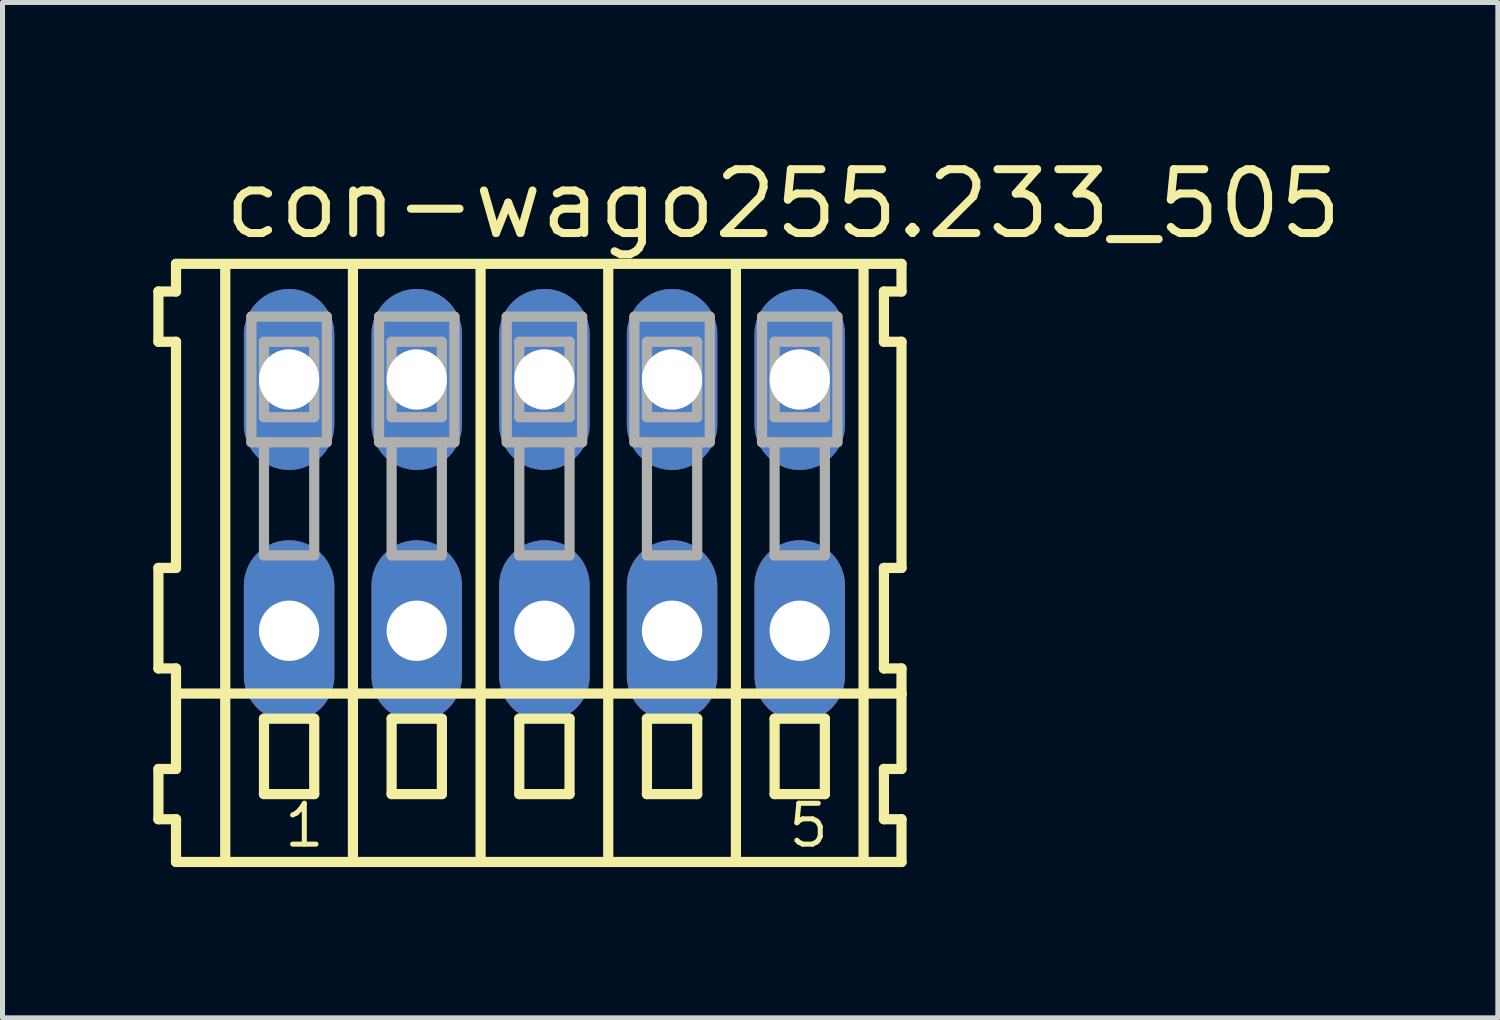
<source format=kicad_pcb>
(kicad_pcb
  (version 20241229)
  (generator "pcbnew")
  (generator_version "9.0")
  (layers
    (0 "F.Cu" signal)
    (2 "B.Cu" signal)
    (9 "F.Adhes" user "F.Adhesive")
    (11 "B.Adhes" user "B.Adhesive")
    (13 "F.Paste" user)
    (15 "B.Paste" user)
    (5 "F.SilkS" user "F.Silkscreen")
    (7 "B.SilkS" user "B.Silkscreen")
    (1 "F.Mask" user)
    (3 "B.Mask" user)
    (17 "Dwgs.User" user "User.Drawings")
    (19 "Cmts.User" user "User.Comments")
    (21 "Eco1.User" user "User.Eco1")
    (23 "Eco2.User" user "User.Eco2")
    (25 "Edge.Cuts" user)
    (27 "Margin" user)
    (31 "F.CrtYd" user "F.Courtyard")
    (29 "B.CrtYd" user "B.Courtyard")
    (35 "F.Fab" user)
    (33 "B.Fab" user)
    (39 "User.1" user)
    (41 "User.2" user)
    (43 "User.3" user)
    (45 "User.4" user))
  (footprint "con-wago255.233_505"
    (layer "F.Cu")
    (at 7.782 7)
    (property "Reference" "con-wago255.233_505" (at -6.45 -5.25 0) (layer "F.SilkS") (effects (font (size 1.27 1.27) (thickness 0.16)) (justify left bottom)))
    (attr through_hole)
    (fp_line (start -7.68 -4.25) (end -7.68 -3.25) (stroke (width 0.203) (type default)) (layer "F.SilkS"))
    (fp_line (start -7.68 -3.25) (end -7.33 -3.25) (stroke (width 0.203) (type default)) (layer "F.SilkS"))
    (fp_line (start -7.68 1.25) (end -7.68 3.25) (stroke (width 0.203) (type default)) (layer "F.SilkS"))
    (fp_line (start -7.68 3.25) (end -7.33 3.25) (stroke (width 0.203) (type default)) (layer "F.SilkS"))
    (fp_line (start -7.68 5.25) (end -7.68 6.25) (stroke (width 0.203) (type default)) (layer "F.SilkS"))
    (fp_line (start -7.68 6.25) (end -7.33 6.25) (stroke (width 0.203) (type default)) (layer "F.SilkS"))
    (fp_line (start -7.33 -4.8) (end -7.33 -4.25) (stroke (width 0.203) (type default)) (layer "F.SilkS"))
    (fp_line (start -7.33 -4.25) (end -7.68 -4.25) (stroke (width 0.203) (type default)) (layer "F.SilkS"))
    (fp_line (start -7.33 -3.25) (end -7.33 1.25) (stroke (width 0.203) (type default)) (layer "F.SilkS"))
    (fp_line (start -7.33 1.25) (end -7.68 1.25) (stroke (width 0.203) (type default)) (layer "F.SilkS"))
    (fp_line (start -7.33 3.25) (end -7.33 5.25) (stroke (width 0.203) (type default)) (layer "F.SilkS"))
    (fp_line (start -7.33 3.75) (end 7.105 3.75) (stroke (width 0.203) (type default)) (layer "F.SilkS"))
    (fp_line (start -7.33 5.25) (end -7.68 5.25) (stroke (width 0.203) (type default)) (layer "F.SilkS"))
    (fp_line (start -7.33 6.25) (end -7.33 7.1) (stroke (width 0.203) (type default)) (layer "F.SilkS"))
    (fp_line (start -7.33 7.1) (end 7.105 7.1) (stroke (width 0.203) (type default)) (layer "F.SilkS"))
    (fp_line (start -6.35 6.985) (end -6.35 -4.699) (stroke (width 0.203) (type default)) (layer "F.SilkS"))
    (fp_line (start -5.58 4.25) (end -5.58 5.75) (stroke (width 0.203) (type default)) (layer "F.SilkS"))
    (fp_line (start -5.58 5.75) (end -4.58 5.75) (stroke (width 0.203) (type default)) (layer "F.SilkS"))
    (fp_line (start -4.58 4.25) (end -5.58 4.25) (stroke (width 0.203) (type default)) (layer "F.SilkS"))
    (fp_line (start -4.58 5.75) (end -4.58 4.25) (stroke (width 0.203) (type default)) (layer "F.SilkS"))
    (fp_line (start -3.81 6.985) (end -3.81 -4.699) (stroke (width 0.203) (type default)) (layer "F.SilkS"))
    (fp_line (start -3.04 4.25) (end -3.04 5.75) (stroke (width 0.203) (type default)) (layer "F.SilkS"))
    (fp_line (start -3.04 5.75) (end -2.04 5.75) (stroke (width 0.203) (type default)) (layer "F.SilkS"))
    (fp_line (start -2.04 4.25) (end -3.04 4.25) (stroke (width 0.203) (type default)) (layer "F.SilkS"))
    (fp_line (start -2.04 5.75) (end -2.04 4.25) (stroke (width 0.203) (type default)) (layer "F.SilkS"))
    (fp_line (start -1.27 6.985) (end -1.27 -4.699) (stroke (width 0.203) (type default)) (layer "F.SilkS"))
    (fp_line (start -0.5 4.25) (end -0.5 5.75) (stroke (width 0.203) (type default)) (layer "F.SilkS"))
    (fp_line (start -0.5 5.75) (end 0.5 5.75) (stroke (width 0.203) (type default)) (layer "F.SilkS"))
    (fp_line (start 0.5 4.25) (end -0.5 4.25) (stroke (width 0.203) (type default)) (layer "F.SilkS"))
    (fp_line (start 0.5 5.75) (end 0.5 4.25) (stroke (width 0.203) (type default)) (layer "F.SilkS"))
    (fp_line (start 1.27 6.985) (end 1.27 -4.699) (stroke (width 0.203) (type default)) (layer "F.SilkS"))
    (fp_line (start 2.04 4.25) (end 2.04 5.75) (stroke (width 0.203) (type default)) (layer "F.SilkS"))
    (fp_line (start 2.04 5.75) (end 3.04 5.75) (stroke (width 0.203) (type default)) (layer "F.SilkS"))
    (fp_line (start 3.04 4.25) (end 2.04 4.25) (stroke (width 0.203) (type default)) (layer "F.SilkS"))
    (fp_line (start 3.04 5.75) (end 3.04 4.25) (stroke (width 0.203) (type default)) (layer "F.SilkS"))
    (fp_line (start 3.81 6.985) (end 3.81 -4.699) (stroke (width 0.203) (type default)) (layer "F.SilkS"))
    (fp_line (start 4.58 4.25) (end 4.58 5.75) (stroke (width 0.203) (type default)) (layer "F.SilkS"))
    (fp_line (start 4.58 5.75) (end 5.58 5.75) (stroke (width 0.203) (type default)) (layer "F.SilkS"))
    (fp_line (start 5.58 4.25) (end 4.58 4.25) (stroke (width 0.203) (type default)) (layer "F.SilkS"))
    (fp_line (start 5.58 5.75) (end 5.58 4.25) (stroke (width 0.203) (type default)) (layer "F.SilkS"))
    (fp_line (start 6.35 6.985) (end 6.35 -4.699) (stroke (width 0.203) (type default)) (layer "F.SilkS"))
    (fp_line (start 6.755 -4.25) (end 6.755 -3.25) (stroke (width 0.203) (type default)) (layer "F.SilkS"))
    (fp_line (start 6.755 -3.25) (end 7.105 -3.25) (stroke (width 0.203) (type default)) (layer "F.SilkS"))
    (fp_line (start 6.755 1.25) (end 6.755 3.25) (stroke (width 0.203) (type default)) (layer "F.SilkS"))
    (fp_line (start 6.755 3.25) (end 7.105 3.25) (stroke (width 0.203) (type default)) (layer "F.SilkS"))
    (fp_line (start 6.755 5.25) (end 6.755 6.25) (stroke (width 0.203) (type default)) (layer "F.SilkS"))
    (fp_line (start 6.755 6.25) (end 7.105 6.25) (stroke (width 0.203) (type default)) (layer "F.SilkS"))
    (fp_line (start 7.105 -4.8) (end -7.33 -4.8) (stroke (width 0.203) (type default)) (layer "F.SilkS"))
    (fp_line (start 7.105 -4.25) (end 6.755 -4.25) (stroke (width 0.203) (type default)) (layer "F.SilkS"))
    (fp_line (start 7.105 -4.25) (end 7.105 -4.8) (stroke (width 0.203) (type default)) (layer "F.SilkS"))
    (fp_line (start 7.105 1.25) (end 6.755 1.25) (stroke (width 0.203) (type default)) (layer "F.SilkS"))
    (fp_line (start 7.105 1.25) (end 7.105 -3.25) (stroke (width 0.203) (type default)) (layer "F.SilkS"))
    (fp_line (start 7.105 3.75) (end 7.105 3.25) (stroke (width 0.203) (type default)) (layer "F.SilkS"))
    (fp_line (start 7.105 5.25) (end 6.755 5.25) (stroke (width 0.203) (type default)) (layer "F.SilkS"))
    (fp_line (start 7.105 5.25) (end 7.105 3.75) (stroke (width 0.203) (type default)) (layer "F.SilkS"))
    (fp_line (start 7.105 7.1) (end 7.105 6.25) (stroke (width 0.203) (type default)) (layer "F.SilkS"))
    (fp_line (start -5.83 -3.75) (end -5.83 -1.25) (stroke (width 0.203) (type default)) (layer "F.Fab"))
    (fp_line (start -5.83 -1.25) (end -5.58 -1.25) (stroke (width 0.203) (type default)) (layer "F.Fab"))
    (fp_line (start -5.58 -3.25) (end -5.58 -1.75) (stroke (width 0.203) (type default)) (layer "F.Fab"))
    (fp_line (start -5.58 -1.75) (end -4.58 -1.75) (stroke (width 0.203) (type default)) (layer "F.Fab"))
    (fp_line (start -5.58 -1.25) (end -5.58 1) (stroke (width 0.203) (type default)) (layer "F.Fab"))
    (fp_line (start -5.58 -1.25) (end -4.58 -1.25) (stroke (width 0.203) (type default)) (layer "F.Fab"))
    (fp_line (start -5.58 1) (end -4.58 1) (stroke (width 0.203) (type default)) (layer "F.Fab"))
    (fp_line (start -4.58 -3.25) (end -5.58 -3.25) (stroke (width 0.203) (type default)) (layer "F.Fab"))
    (fp_line (start -4.58 -1.75) (end -4.58 -3.25) (stroke (width 0.203) (type default)) (layer "F.Fab"))
    (fp_line (start -4.58 -1.25) (end -4.33 -1.25) (stroke (width 0.203) (type default)) (layer "F.Fab"))
    (fp_line (start -4.58 1) (end -4.58 -1.25) (stroke (width 0.203) (type default)) (layer "F.Fab"))
    (fp_line (start -4.33 -3.75) (end -5.83 -3.75) (stroke (width 0.203) (type default)) (layer "F.Fab"))
    (fp_line (start -4.33 -1.25) (end -4.33 -3.75) (stroke (width 0.203) (type default)) (layer "F.Fab"))
    (fp_line (start -3.29 -3.75) (end -3.29 -1.25) (stroke (width 0.203) (type default)) (layer "F.Fab"))
    (fp_line (start -3.29 -1.25) (end -3.04 -1.25) (stroke (width 0.203) (type default)) (layer "F.Fab"))
    (fp_line (start -3.04 -3.25) (end -3.04 -1.75) (stroke (width 0.203) (type default)) (layer "F.Fab"))
    (fp_line (start -3.04 -1.75) (end -2.04 -1.75) (stroke (width 0.203) (type default)) (layer "F.Fab"))
    (fp_line (start -3.04 -1.25) (end -3.04 1) (stroke (width 0.203) (type default)) (layer "F.Fab"))
    (fp_line (start -3.04 -1.25) (end -2.04 -1.25) (stroke (width 0.203) (type default)) (layer "F.Fab"))
    (fp_line (start -3.04 1) (end -2.04 1) (stroke (width 0.203) (type default)) (layer "F.Fab"))
    (fp_line (start -2.04 -3.25) (end -3.04 -3.25) (stroke (width 0.203) (type default)) (layer "F.Fab"))
    (fp_line (start -2.04 -1.75) (end -2.04 -3.25) (stroke (width 0.203) (type default)) (layer "F.Fab"))
    (fp_line (start -2.04 -1.25) (end -1.79 -1.25) (stroke (width 0.203) (type default)) (layer "F.Fab"))
    (fp_line (start -2.04 1) (end -2.04 -1.25) (stroke (width 0.203) (type default)) (layer "F.Fab"))
    (fp_line (start -1.79 -3.75) (end -3.29 -3.75) (stroke (width 0.203) (type default)) (layer "F.Fab"))
    (fp_line (start -1.79 -1.25) (end -1.79 -3.75) (stroke (width 0.203) (type default)) (layer "F.Fab"))
    (fp_line (start -0.75 -3.75) (end -0.75 -1.25) (stroke (width 0.203) (type default)) (layer "F.Fab"))
    (fp_line (start -0.75 -1.25) (end -0.5 -1.25) (stroke (width 0.203) (type default)) (layer "F.Fab"))
    (fp_line (start -0.5 -3.25) (end -0.5 -1.75) (stroke (width 0.203) (type default)) (layer "F.Fab"))
    (fp_line (start -0.5 -1.75) (end 0.5 -1.75) (stroke (width 0.203) (type default)) (layer "F.Fab"))
    (fp_line (start -0.5 -1.25) (end -0.5 1) (stroke (width 0.203) (type default)) (layer "F.Fab"))
    (fp_line (start -0.5 -1.25) (end 0.5 -1.25) (stroke (width 0.203) (type default)) (layer "F.Fab"))
    (fp_line (start -0.5 1) (end 0.5 1) (stroke (width 0.203) (type default)) (layer "F.Fab"))
    (fp_line (start 0.5 -3.25) (end -0.5 -3.25) (stroke (width 0.203) (type default)) (layer "F.Fab"))
    (fp_line (start 0.5 -1.75) (end 0.5 -3.25) (stroke (width 0.203) (type default)) (layer "F.Fab"))
    (fp_line (start 0.5 -1.25) (end 0.75 -1.25) (stroke (width 0.203) (type default)) (layer "F.Fab"))
    (fp_line (start 0.5 1) (end 0.5 -1.25) (stroke (width 0.203) (type default)) (layer "F.Fab"))
    (fp_line (start 0.75 -3.75) (end -0.75 -3.75) (stroke (width 0.203) (type default)) (layer "F.Fab"))
    (fp_line (start 0.75 -1.25) (end 0.75 -3.75) (stroke (width 0.203) (type default)) (layer "F.Fab"))
    (fp_line (start 1.79 -3.75) (end 1.79 -1.25) (stroke (width 0.203) (type default)) (layer "F.Fab"))
    (fp_line (start 1.79 -1.25) (end 2.04 -1.25) (stroke (width 0.203) (type default)) (layer "F.Fab"))
    (fp_line (start 2.04 -3.25) (end 2.04 -1.75) (stroke (width 0.203) (type default)) (layer "F.Fab"))
    (fp_line (start 2.04 -1.75) (end 3.04 -1.75) (stroke (width 0.203) (type default)) (layer "F.Fab"))
    (fp_line (start 2.04 -1.25) (end 2.04 1) (stroke (width 0.203) (type default)) (layer "F.Fab"))
    (fp_line (start 2.04 -1.25) (end 3.04 -1.25) (stroke (width 0.203) (type default)) (layer "F.Fab"))
    (fp_line (start 2.04 1) (end 3.04 1) (stroke (width 0.203) (type default)) (layer "F.Fab"))
    (fp_line (start 3.04 -3.25) (end 2.04 -3.25) (stroke (width 0.203) (type default)) (layer "F.Fab"))
    (fp_line (start 3.04 -1.75) (end 3.04 -3.25) (stroke (width 0.203) (type default)) (layer "F.Fab"))
    (fp_line (start 3.04 -1.25) (end 3.29 -1.25) (stroke (width 0.203) (type default)) (layer "F.Fab"))
    (fp_line (start 3.04 1) (end 3.04 -1.25) (stroke (width 0.203) (type default)) (layer "F.Fab"))
    (fp_line (start 3.29 -3.75) (end 1.79 -3.75) (stroke (width 0.203) (type default)) (layer "F.Fab"))
    (fp_line (start 3.29 -1.25) (end 3.29 -3.75) (stroke (width 0.203) (type default)) (layer "F.Fab"))
    (fp_line (start 4.33 -3.75) (end 4.33 -1.25) (stroke (width 0.203) (type default)) (layer "F.Fab"))
    (fp_line (start 4.33 -1.25) (end 4.58 -1.25) (stroke (width 0.203) (type default)) (layer "F.Fab"))
    (fp_line (start 4.58 -3.25) (end 4.58 -1.75) (stroke (width 0.203) (type default)) (layer "F.Fab"))
    (fp_line (start 4.58 -1.75) (end 5.58 -1.75) (stroke (width 0.203) (type default)) (layer "F.Fab"))
    (fp_line (start 4.58 -1.25) (end 4.58 1) (stroke (width 0.203) (type default)) (layer "F.Fab"))
    (fp_line (start 4.58 -1.25) (end 5.58 -1.25) (stroke (width 0.203) (type default)) (layer "F.Fab"))
    (fp_line (start 4.58 1) (end 5.58 1) (stroke (width 0.203) (type default)) (layer "F.Fab"))
    (fp_line (start 5.58 -3.25) (end 4.58 -3.25) (stroke (width 0.203) (type default)) (layer "F.Fab"))
    (fp_line (start 5.58 -1.75) (end 5.58 -3.25) (stroke (width 0.203) (type default)) (layer "F.Fab"))
    (fp_line (start 5.58 -1.25) (end 5.83 -1.25) (stroke (width 0.203) (type default)) (layer "F.Fab"))
    (fp_line (start 5.58 1) (end 5.58 -1.25) (stroke (width 0.203) (type default)) (layer "F.Fab"))
    (fp_line (start 5.83 -3.75) (end 4.33 -3.75) (stroke (width 0.203) (type default)) (layer "F.Fab"))
    (fp_line (start 5.83 -1.25) (end 5.83 -3.75) (stroke (width 0.203) (type default)) (layer "F.Fab"))
    (fp_text user "5" (at 4.803 6.85 0) (layer "F.SilkS") (effects (font (size 0.813 0.813) (thickness 0.1)) (justify left bottom)))
    (fp_text user "1" (at -5.23 6.85 0) (layer "F.SilkS") (effects (font (size 0.813 0.813) (thickness 0.1)) (justify left bottom)))
    (pad "A1" thru_hole oval (at -5.08 -2.5 90) (size 3.6 1.8) (drill 1.2) (layers "*.Cu" "*.Mask"))
    (pad "A2" thru_hole oval (at -2.54 -2.5 90) (size 3.6 1.8) (drill 1.2) (layers "*.Cu" "*.Mask"))
    (pad "A3" thru_hole oval (at 0 -2.5 90) (size 3.6 1.8) (drill 1.2) (layers "*.Cu" "*.Mask"))
    (pad "A4" thru_hole oval (at 2.54 -2.5 90) (size 3.6 1.8) (drill 1.2) (layers "*.Cu" "*.Mask"))
    (pad "A5" thru_hole oval (at 5.08 -2.5 90) (size 3.6 1.8) (drill 1.2) (layers "*.Cu" "*.Mask"))
    (pad "B1" thru_hole oval (at -5.08 2.5 90) (size 3.6 1.8) (drill 1.2) (layers "*.Cu" "*.Mask"))
    (pad "B2" thru_hole oval (at -2.54 2.5 90) (size 3.6 1.8) (drill 1.2) (layers "*.Cu" "*.Mask"))
    (pad "B3" thru_hole oval (at 0 2.5 90) (size 3.6 1.8) (drill 1.2) (layers "*.Cu" "*.Mask"))
    (pad "B4" thru_hole oval (at 2.54 2.5 90) (size 3.6 1.8) (drill 1.2) (layers "*.Cu" "*.Mask"))
    (pad "B5" thru_hole oval (at 5.08 2.5 90) (size 3.6 1.8) (drill 1.2) (layers "*.Cu" "*.Mask")))
  (gr_rect
    (start -3 -3)
    (end 26.752 17.202)
    (stroke (width 0.1) (type default))
    (fill no)
    (layer "Edge.Cuts")))
</source>
